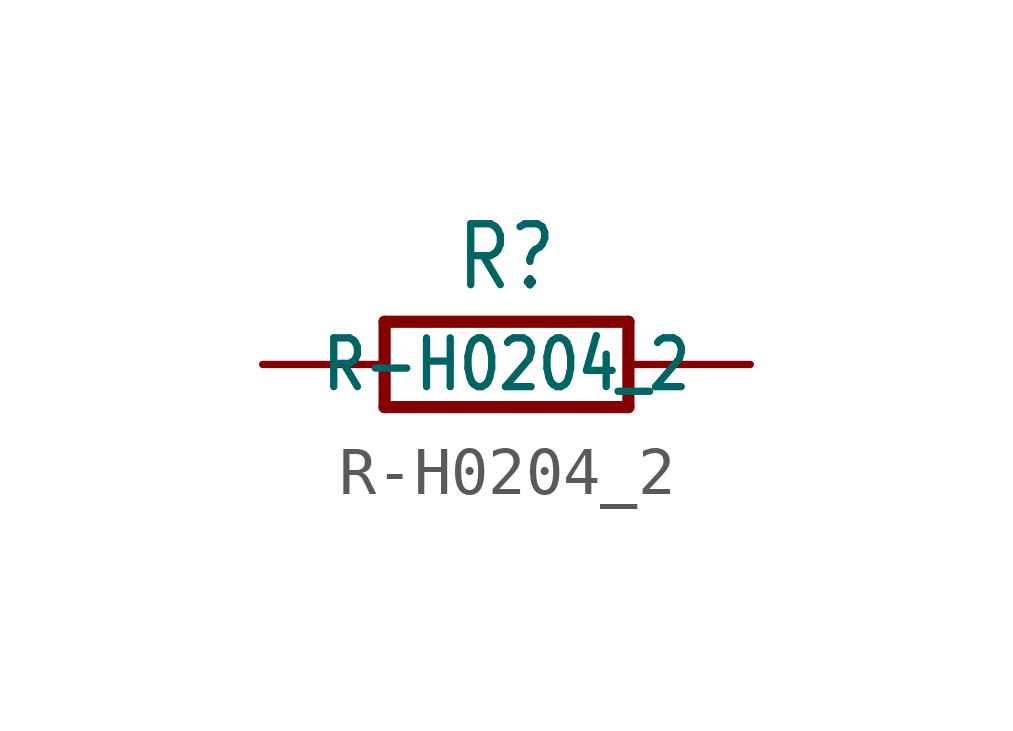
<source format=kicad_sym>
(kicad_symbol_lib
  (version 20201005)
  (generator kicad_symbol_editor)
  (symbol "R-H0204_2"
    (property "Reference" "R"
      (at 0 1.499 0)
      (effects (font (size 1.27 1.079)) (justify bottom)))
    (property "Value" "R-H0204_2"
      (at 0 0 0)
      (effects (font (size 1.016 0.864))))
    (property "ki_locked" ""
      (at 0 0 0)
      (effects (font (size 1.27 1.27))))
    (symbol "R-H0204_2_1_0"
      (polyline (pts (xy -2.54 -0.889) (xy -2.54 0.889)) (stroke (width 0.254)) (fill (type none)))
      (polyline (pts (xy -2.54 -0.889) (xy 2.54 -0.889)) (stroke (width 0.254)) (fill (type none)))
      (polyline (pts (xy 2.54 -0.889) (xy 2.54 0.889)) (stroke (width 0.254)) (fill (type none)))
      (polyline (pts (xy 2.54 0.889) (xy -2.54 0.889)) (stroke (width 0.254)) (fill (type none)))
      (pin passive line (at -5.08 0 0) (length 2.54) (name "1" (effects (font (size 0 0)))) (number "1" (effects (font (size 0 0)))))
      (pin passive line (at 5.08 0 180) (length 2.54) (name "2" (effects (font (size 0 0)))) (number "2" (effects (font (size 0 0))))))))
</source>
